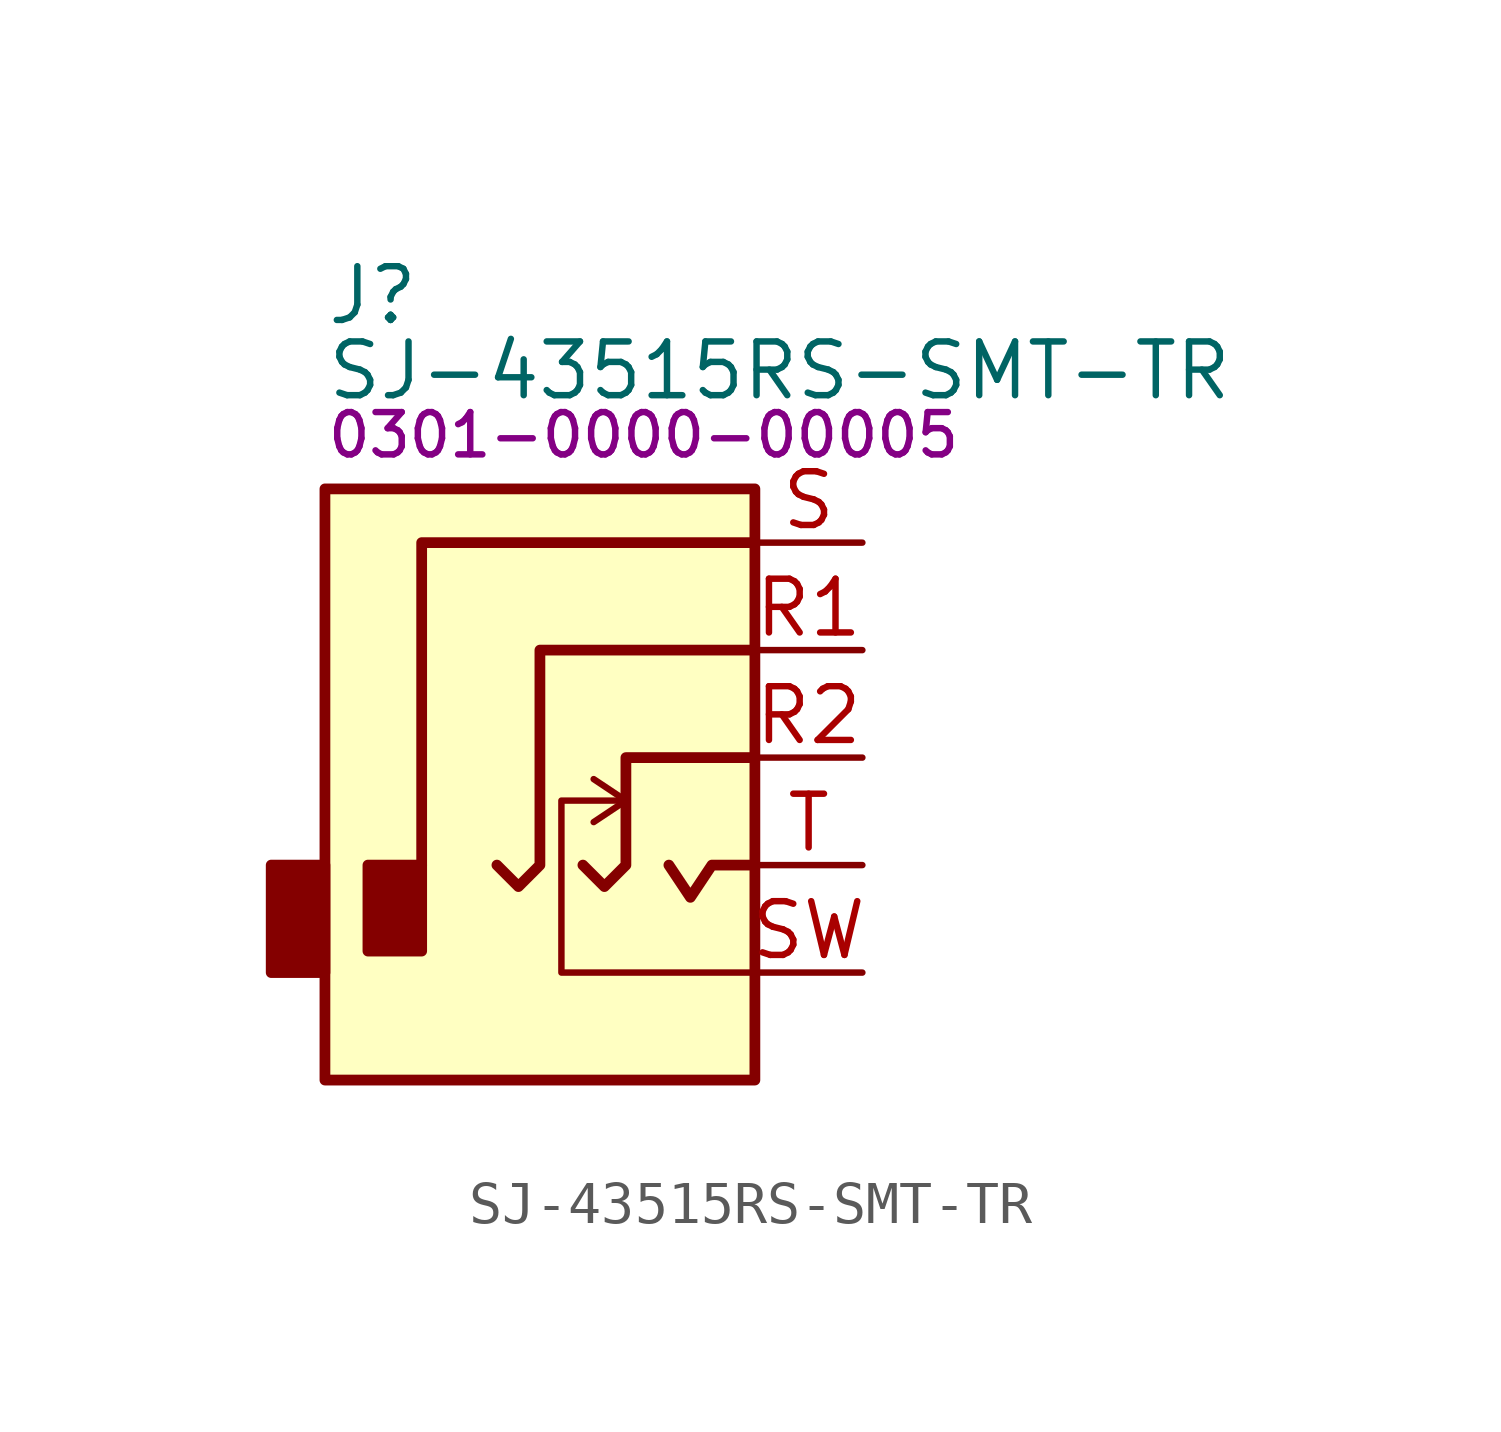
<source format=kicad_sym>
(kicad_symbol_lib
  (version 20231120)
  (generator "kicad_symbol_editor")
  (generator_version "8.0")
  (symbol "SJ-43515RS-SMT-TR"
    (property "Reference" "J"
      (at -7.62 8.382 0)
      (effects (font (size 1.27 1.27)) (justify left)))
    (property "Value" "SJ-43515RS-SMT-TR"
      (at -7.62 6.604 0)
      (effects (font (size 1.27 1.27)) (justify left)))
    (property "PartNumber" "0301-0000-00005"
      (at -7.62 5.08 0)
      (effects (font (size 1 1)) (justify left)))
    (symbol "SJ-43515RS-SMT-TR_0_1"
      (rectangle (start -7.62 -5.08) (end -8.89 -7.62) (stroke (width 0.254) (type default)) (fill (type outline)))
      (rectangle (start -7.62 3.81) (end 2.54 -10.16) (stroke (width 0.254) (type default)) (fill (type background)))
      (rectangle (start -6.604 -5.08) (end -5.334 -7.112) (stroke (width 0.254) (type default)) (fill (type outline)))
      (polyline (pts (xy -0.508 -3.556) (xy -1.27 -4.064)) (stroke (width 0) (type default)) (fill (type none)))
      (polyline (pts (xy -0.508 -3.556) (xy -1.27 -3.048)) (stroke (width 0) (type default)) (fill (type none)))
      (polyline (pts (xy 0.508 -5.08) (xy 1.016 -5.842) (xy 1.524 -5.08) (xy 2.54 -5.08)) (stroke (width 0.254) (type default)) (fill (type none)))
      (polyline (pts (xy 2.54 -7.62) (xy -2.032 -7.62) (xy -2.032 -3.556) (xy -0.508 -3.556)) (stroke (width 0) (type default)) (fill (type none)))
      (polyline (pts (xy -1.524 -5.08) (xy -1.016 -5.588) (xy -0.508 -5.08) (xy -0.508 -2.54) (xy 2.54 -2.54)) (stroke (width 0.254) (type default)) (fill (type none)))
      (polyline (pts (xy 2.54 0) (xy -2.54 0) (xy -2.54 -5.08) (xy -3.048 -5.588) (xy -3.556 -5.08)) (stroke (width 0.254) (type default)) (fill (type none)))
      (polyline (pts (xy 2.54 2.54) (xy -5.334 2.54) (xy -5.334 -5.08) (xy -5.334 -5.08) (xy -5.334 -5.08)) (stroke (width 0.254) (type default)) (fill (type none))))
    (symbol "SJ-43515RS-SMT-TR_1_1"
      (pin passive line (at 5.08 0 180) (length 2.54) (name "~" (effects (font (size 1.27 1.27)))) (number "R1" (effects (font (size 1.27 1.27)))))
      (pin passive line (at 5.08 -2.54 180) (length 2.54) (name "~" (effects (font (size 1.27 1.27)))) (number "R2" (effects (font (size 1.27 1.27)))))
      (pin passive line (at 5.08 2.54 180) (length 2.54) (name "~" (effects (font (size 1.27 1.27)))) (number "S" (effects (font (size 1.27 1.27)))))
      (pin passive line (at 5.08 -7.62 180) (length 2.54) (name "~" (effects (font (size 1.27 1.27)))) (number "SW" (effects (font (size 1.27 1.27)))))
      (pin passive line (at 5.08 -5.08 180) (length 2.54) (name "~" (effects (font (size 1.27 1.27)))) (number "T" (effects (font (size 1.27 1.27))))))))
</source>
